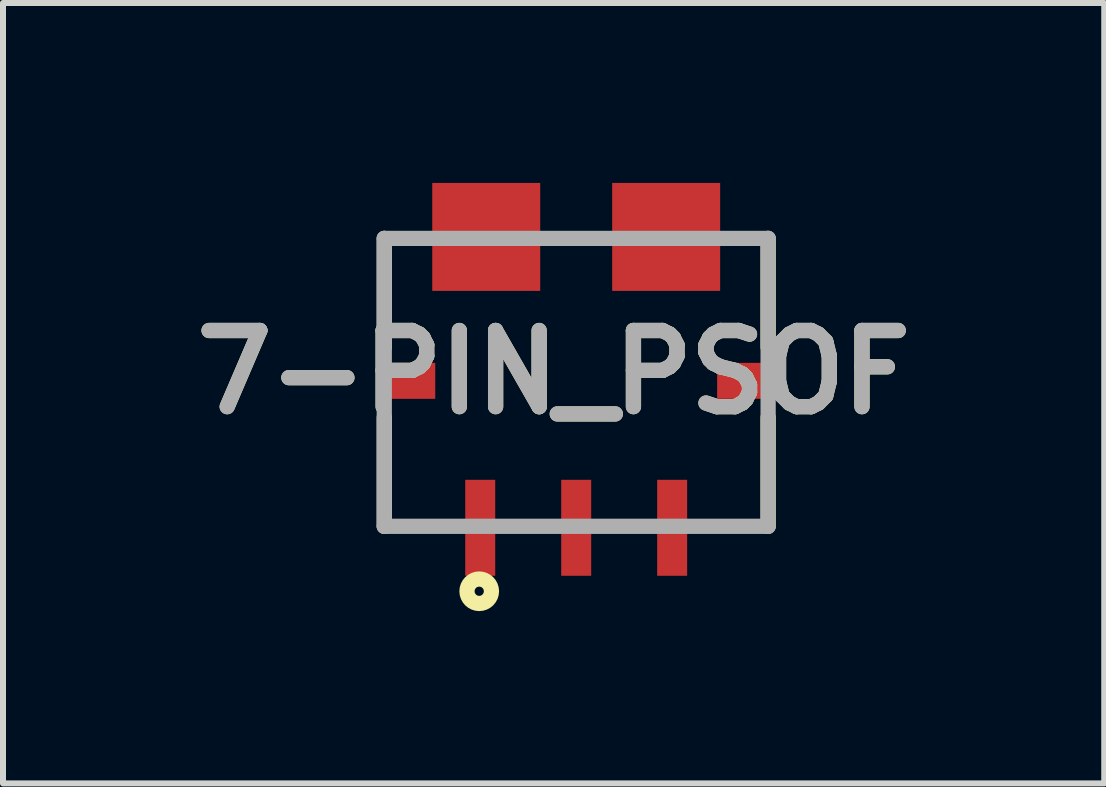
<source format=kicad_pcb>
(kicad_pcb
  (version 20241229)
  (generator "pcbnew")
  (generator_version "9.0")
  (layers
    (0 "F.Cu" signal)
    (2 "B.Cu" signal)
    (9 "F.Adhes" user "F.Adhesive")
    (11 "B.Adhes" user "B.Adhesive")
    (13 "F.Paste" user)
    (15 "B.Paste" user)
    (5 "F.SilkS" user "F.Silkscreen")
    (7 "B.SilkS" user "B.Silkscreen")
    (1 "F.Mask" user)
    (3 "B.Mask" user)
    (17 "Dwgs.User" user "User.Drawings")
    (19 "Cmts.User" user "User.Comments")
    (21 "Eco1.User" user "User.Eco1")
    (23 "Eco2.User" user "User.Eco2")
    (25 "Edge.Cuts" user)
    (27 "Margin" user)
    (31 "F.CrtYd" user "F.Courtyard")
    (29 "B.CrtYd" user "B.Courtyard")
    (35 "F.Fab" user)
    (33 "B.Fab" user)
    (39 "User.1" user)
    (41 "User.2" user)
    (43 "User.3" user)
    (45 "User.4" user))
  (footprint "7-PIN_PSOF"
    (layer "F.Cu")
    (at 6.557 3.325)
    (property "Reference" "7-PIN_PSOF" (at -0.376 -0.169 0) (layer "F.SilkS") (effects (font (size 1.27 1.27) (thickness 0.254))))
    (attr smd)
    (fp_line (start -3.2 -2.4) (end -3.2 -0.585) (stroke (width 0.254) (type solid)) (layer "F.SilkS"))
    (fp_line (start -3.2 2.4) (end -3.2 0.585) (stroke (width 0.254) (type solid)) (layer "F.SilkS"))
    (fp_line (start 3.2 -2.4) (end 3.2 -0.585) (stroke (width 0.254) (type solid)) (layer "F.SilkS"))
    (fp_line (start 3.2 2.4) (end 3.2 0.585) (stroke (width 0.254) (type solid)) (layer "F.SilkS"))
    (fp_circle (center -1.617 3.483) (end -1.617 3.56) (stroke (width 0.254) (type solid)) (fill no) (layer "F.SilkS"))
    (fp_line (start -3.2 -2.4) (end 3.2 -2.4) (stroke (width 0.254) (type solid)) (layer "F.Fab"))
    (fp_line (start -3.2 2.4) (end -3.2 -2.4) (stroke (width 0.254) (type solid)) (layer "F.Fab"))
    (fp_line (start 3.2 -2.4) (end 3.2 2.4) (stroke (width 0.254) (type solid)) (layer "F.Fab"))
    (fp_line (start 3.2 2.4) (end -3.2 2.4) (stroke (width 0.254) (type solid)) (layer "F.Fab"))
    (fp_text user "${REFERENCE}" (at -0.376 -0.169 0) (layer "F.Fab") (effects (font (size 1.27 1.27) (thickness 0.254))))
    (pad "1" smd rect (at -1.6 2.425) (size 0.5 1.6) (layers "F.Cu" "F.Mask" "F.Paste"))
    (pad "2" smd rect (at 0 2.425) (size 0.5 1.6) (layers "F.Cu" "F.Mask" "F.Paste"))
    (pad "3" smd rect (at 1.6 2.425) (size 0.5 1.6) (layers "F.Cu" "F.Mask" "F.Paste"))
    (pad "4" smd rect (at 2.8 -0.025 90) (size 0.6 0.9) (layers "F.Cu" "F.Mask" "F.Paste"))
    (pad "5" smd rect (at 1.5 -2.425 90) (size 1.8 1.8) (layers "F.Cu" "F.Mask" "F.Paste"))
    (pad "6" smd rect (at -1.5 -2.425 90) (size 1.8 1.8) (layers "F.Cu" "F.Mask" "F.Paste"))
    (pad "7" smd rect (at -2.8 -0.025 90) (size 0.6 0.9) (layers "F.Cu" "F.Mask" "F.Paste")))
  (gr_rect
    (start -3 -3)
    (end 15.361 10.012)
    (stroke (width 0.1) (type default))
    (fill no)
    (layer "Edge.Cuts")))
</source>
